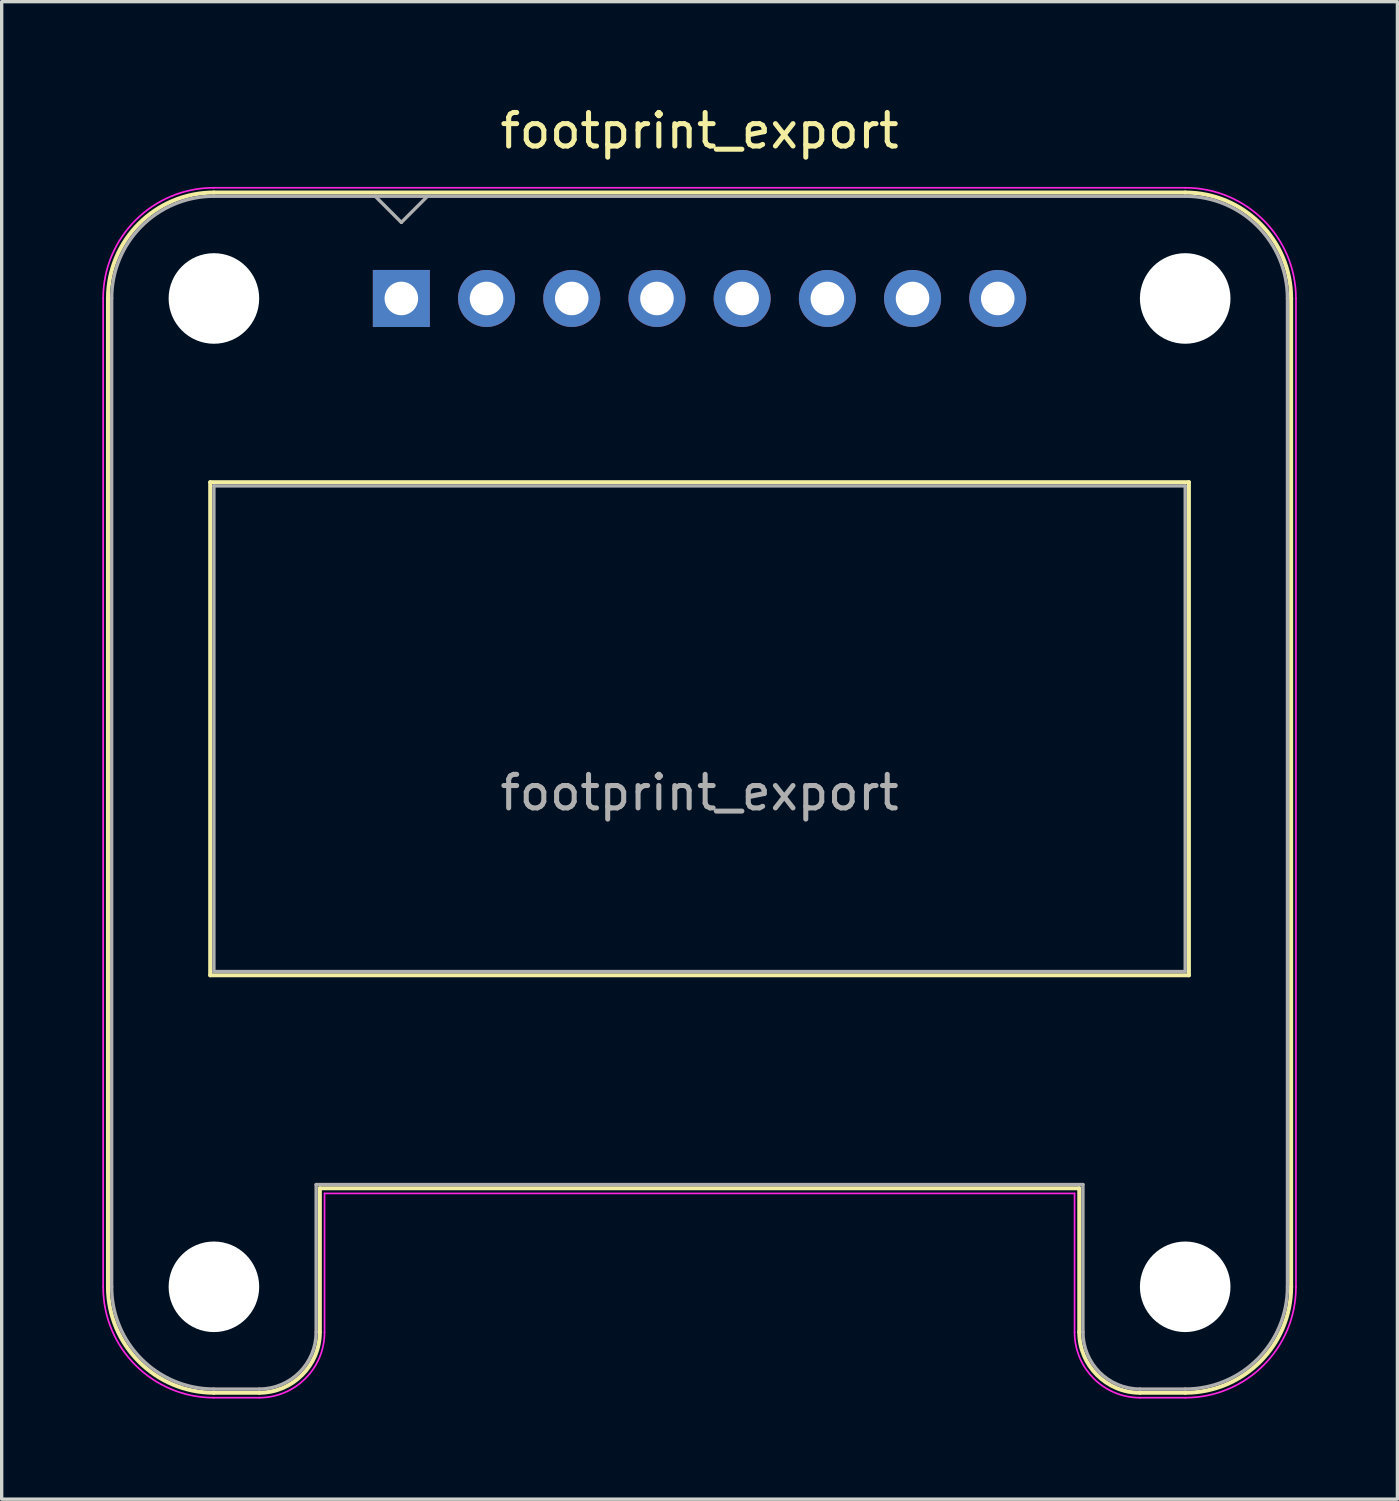
<source format=kicad_pcb>
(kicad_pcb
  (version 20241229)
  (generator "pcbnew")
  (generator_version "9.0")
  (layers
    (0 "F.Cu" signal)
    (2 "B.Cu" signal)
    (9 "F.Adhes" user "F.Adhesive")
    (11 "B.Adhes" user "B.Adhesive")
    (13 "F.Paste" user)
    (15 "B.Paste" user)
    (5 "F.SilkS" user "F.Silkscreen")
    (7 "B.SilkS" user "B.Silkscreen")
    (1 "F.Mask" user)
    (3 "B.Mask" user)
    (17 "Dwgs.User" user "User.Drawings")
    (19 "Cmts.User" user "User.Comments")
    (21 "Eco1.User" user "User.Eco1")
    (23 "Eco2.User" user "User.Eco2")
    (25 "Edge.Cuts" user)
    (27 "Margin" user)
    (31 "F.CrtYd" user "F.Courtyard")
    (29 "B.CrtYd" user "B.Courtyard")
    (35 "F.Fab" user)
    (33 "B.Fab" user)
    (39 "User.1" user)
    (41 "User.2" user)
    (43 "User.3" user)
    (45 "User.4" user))
  (footprint "footprint_export"
    (layer "F.Cu")
    (at 8.915 5.848)
    (property "Reference" "footprint_export" (at 8.89 -5 0) (layer "F.SilkS") (effects (font (size 1 1) (thickness 0.15))))
    (attr through_hole)
    (fp_line (start -8.746 0) (end -8.746 29.464) (stroke (width 0.12) (type solid)) (layer "F.SilkS"))
    (fp_line (start -5.698 5.478) (end -5.698 20.176) (stroke (width 0.12) (type solid)) (layer "F.SilkS"))
    (fp_line (start -5.698 5.478) (end 23.478 5.478) (stroke (width 0.12) (type solid)) (layer "F.SilkS"))
    (fp_line (start -5.698 20.176) (end 23.478 20.176) (stroke (width 0.12) (type solid)) (layer "F.SilkS"))
    (fp_line (start -4.238 32.622) (end -5.59 32.622) (stroke (width 0.12) (type solid)) (layer "F.SilkS"))
    (fp_line (start -2.43 26.526) (end -2.43 30.814) (stroke (width 0.12) (type solid)) (layer "F.SilkS"))
    (fp_line (start -2.43 26.526) (end 20.21 26.526) (stroke (width 0.12) (type solid)) (layer "F.SilkS"))
    (fp_line (start 20.21 26.526) (end 20.21 30.814) (stroke (width 0.12) (type solid)) (layer "F.SilkS"))
    (fp_line (start 22.018 32.622) (end 23.37 32.622) (stroke (width 0.12) (type solid)) (layer "F.SilkS"))
    (fp_line (start 23.368 -3.158) (end -5.588 -3.158) (stroke (width 0.12) (type solid)) (layer "F.SilkS"))
    (fp_line (start 23.478 5.478) (end 23.478 20.176) (stroke (width 0.12) (type solid)) (layer "F.SilkS"))
    (fp_line (start 26.526 0) (end 26.526 29.464) (stroke (width 0.12) (type solid)) (layer "F.SilkS"))
    (fp_arc (start -8.746 0) (mid -7.821043 -2.233043) (end -5.588 -3.158) (stroke (width 0.12) (type solid)) (layer "F.SilkS"))
    (fp_arc (start -5.588 32.622) (mid -7.821043 31.697043) (end -8.746 29.464) (stroke (width 0.12) (type solid)) (layer "F.SilkS"))
    (fp_arc (start -2.43 30.812) (mid -2.958137 32.091035) (end -4.236 32.622) (stroke (width 0.12) (type solid)) (layer "F.SilkS"))
    (fp_arc (start 22.016 32.622) (mid 20.738137 32.091035) (end 20.21 30.812) (stroke (width 0.12) (type solid)) (layer "F.SilkS"))
    (fp_arc (start 23.368 -3.158) (mid 25.601043 -2.233043) (end 26.526 0) (stroke (width 0.12) (type solid)) (layer "F.SilkS"))
    (fp_arc (start 26.526 29.464) (mid 25.601043 31.697043) (end 23.368 32.622) (stroke (width 0.12) (type solid)) (layer "F.SilkS"))
    (fp_line (start -8.89 0) (end -8.89 29.47) (stroke (width 0.05) (type solid)) (layer "F.CrtYd"))
    (fp_line (start -4.24 32.77) (end -5.59 32.77) (stroke (width 0.05) (type solid)) (layer "F.CrtYd"))
    (fp_line (start -2.29 26.68) (end -2.29 30.82) (stroke (width 0.05) (type solid)) (layer "F.CrtYd"))
    (fp_line (start -2.29 26.68) (end 20.07 26.68) (stroke (width 0.05) (type solid)) (layer "F.CrtYd"))
    (fp_line (start 20.07 26.68) (end 20.07 30.82) (stroke (width 0.05) (type solid)) (layer "F.CrtYd"))
    (fp_line (start 22.02 32.77) (end 23.37 32.77) (stroke (width 0.05) (type solid)) (layer "F.CrtYd"))
    (fp_line (start 23.37 -3.3) (end -5.59 -3.3) (stroke (width 0.05) (type solid)) (layer "F.CrtYd"))
    (fp_line (start 26.67 0) (end 26.67 29.47) (stroke (width 0.05) (type solid)) (layer "F.CrtYd"))
    (fp_arc (start -8.89 0) (mid -7.923452 -2.333452) (end -5.59 -3.3) (stroke (width 0.05) (type solid)) (layer "F.CrtYd"))
    (fp_arc (start -5.59 32.77) (mid -7.923452 31.803452) (end -8.89 29.47) (stroke (width 0.05) (type solid)) (layer "F.CrtYd"))
    (fp_arc (start -2.29 30.82) (mid -2.861142 32.198858) (end -4.24 32.77) (stroke (width 0.05) (type solid)) (layer "F.CrtYd"))
    (fp_arc (start 22.02 32.77) (mid 20.641142 32.198858) (end 20.07 30.82) (stroke (width 0.05) (type solid)) (layer "F.CrtYd"))
    (fp_arc (start 23.37 -3.3) (mid 25.703452 -2.333452) (end 26.67 0) (stroke (width 0.05) (type solid)) (layer "F.CrtYd"))
    (fp_arc (start 26.67 29.47) (mid 25.703452 31.803452) (end 23.37 32.77) (stroke (width 0.05) (type solid)) (layer "F.CrtYd"))
    (fp_line (start -8.636 0) (end -8.636 29.464) (stroke (width 0.1) (type solid)) (layer "F.Fab"))
    (fp_line (start -5.588 5.588) (end -5.588 20.066) (stroke (width 0.1) (type solid)) (layer "F.Fab"))
    (fp_line (start -5.588 5.588) (end 23.368 5.588) (stroke (width 0.1) (type solid)) (layer "F.Fab"))
    (fp_line (start -5.588 20.066) (end 23.368 20.066) (stroke (width 0.1) (type solid)) (layer "F.Fab"))
    (fp_line (start -4.238 32.512) (end -5.59 32.512) (stroke (width 0.1) (type solid)) (layer "F.Fab"))
    (fp_line (start -2.54 26.416) (end -2.54 30.814) (stroke (width 0.1) (type solid)) (layer "F.Fab"))
    (fp_line (start -2.54 26.416) (end 20.32 26.416) (stroke (width 0.1) (type solid)) (layer "F.Fab"))
    (fp_line (start -0.78 -3.048) (end 0 -2.268) (stroke (width 0.1) (type solid)) (layer "F.Fab"))
    (fp_line (start 0 -2.268) (end 0.78 -3.048) (stroke (width 0.1) (type solid)) (layer "F.Fab"))
    (fp_line (start 20.32 26.416) (end 20.32 30.814) (stroke (width 0.1) (type solid)) (layer "F.Fab"))
    (fp_line (start 22.018 32.512) (end 23.37 32.512) (stroke (width 0.1) (type solid)) (layer "F.Fab"))
    (fp_line (start 23.368 -3.048) (end -5.588 -3.048) (stroke (width 0.1) (type solid)) (layer "F.Fab"))
    (fp_line (start 23.368 5.588) (end 23.368 20.066) (stroke (width 0.1) (type solid)) (layer "F.Fab"))
    (fp_line (start 26.416 0) (end 26.416 29.464) (stroke (width 0.1) (type solid)) (layer "F.Fab"))
    (fp_arc (start -8.636 0.002) (mid -7.744676 -2.153847) (end -5.59 -3.048) (stroke (width 0.1) (type solid)) (layer "F.Fab"))
    (fp_arc (start -5.59 32.512) (mid -7.744676 31.617847) (end -8.636 29.462) (stroke (width 0.1) (type solid)) (layer "F.Fab"))
    (fp_arc (start -2.54 30.812) (mid -3.035918 32.013253) (end -4.236 32.512) (stroke (width 0.1) (type solid)) (layer "F.Fab"))
    (fp_arc (start 22.016 32.512) (mid 20.815918 32.013253) (end 20.32 30.812) (stroke (width 0.1) (type solid)) (layer "F.Fab"))
    (fp_arc (start 23.368 -3.048) (mid 25.523261 -2.155261) (end 26.416 0) (stroke (width 0.1) (type solid)) (layer "F.Fab"))
    (fp_arc (start 26.416 29.464) (mid 25.523261 31.619261) (end 23.368 32.512) (stroke (width 0.1) (type solid)) (layer "F.Fab"))
    (fp_text user "${REFERENCE}" (at 8.89 14.732 0) (layer "F.Fab") (effects (font (size 1 1) (thickness 0.15))))
    (pad "" np_thru_hole circle (at -5.588 0) (size 2.7 2.7) (drill 2.7) (layers "*.Cu" "*.Mask"))
    (pad "" np_thru_hole circle (at -5.588 29.464) (size 2.7 2.7) (drill 2.7) (layers "*.Cu" "*.Mask"))
    (pad "" np_thru_hole circle (at 23.368 0) (size 2.7 2.7) (drill 2.7) (layers "*.Cu" "*.Mask"))
    (pad "" np_thru_hole circle (at 23.368 29.464) (size 2.7 2.7) (drill 2.7) (layers "*.Cu" "*.Mask"))
    (pad "1" thru_hole rect (at 0 0) (size 1.7 1.7) (drill 1) (layers "*.Cu" "*.Mask"))
    (pad "2" thru_hole circle (at 2.54 0) (size 1.7 1.7) (drill 1) (layers "*.Cu" "*.Mask"))
    (pad "3" thru_hole circle (at 5.08 0) (size 1.7 1.7) (drill 1) (layers "*.Cu" "*.Mask"))
    (pad "4" thru_hole circle (at 7.62 0) (size 1.7 1.7) (drill 1) (layers "*.Cu" "*.Mask"))
    (pad "5" thru_hole circle (at 10.16 0) (size 1.7 1.7) (drill 1) (layers "*.Cu" "*.Mask"))
    (pad "6" thru_hole circle (at 12.7 0) (size 1.7 1.7) (drill 1) (layers "*.Cu" "*.Mask"))
    (pad "7" thru_hole circle (at 15.24 0) (size 1.7 1.7) (drill 1) (layers "*.Cu" "*.Mask"))
    (pad "8" thru_hole circle (at 17.78 0) (size 1.7 1.7) (drill 1) (layers "*.Cu" "*.Mask")))
  (gr_rect
    (start -3 -3)
    (end 38.61 41.643)
    (stroke (width 0.1) (type default))
    (fill no)
    (layer "Edge.Cuts")))
</source>
